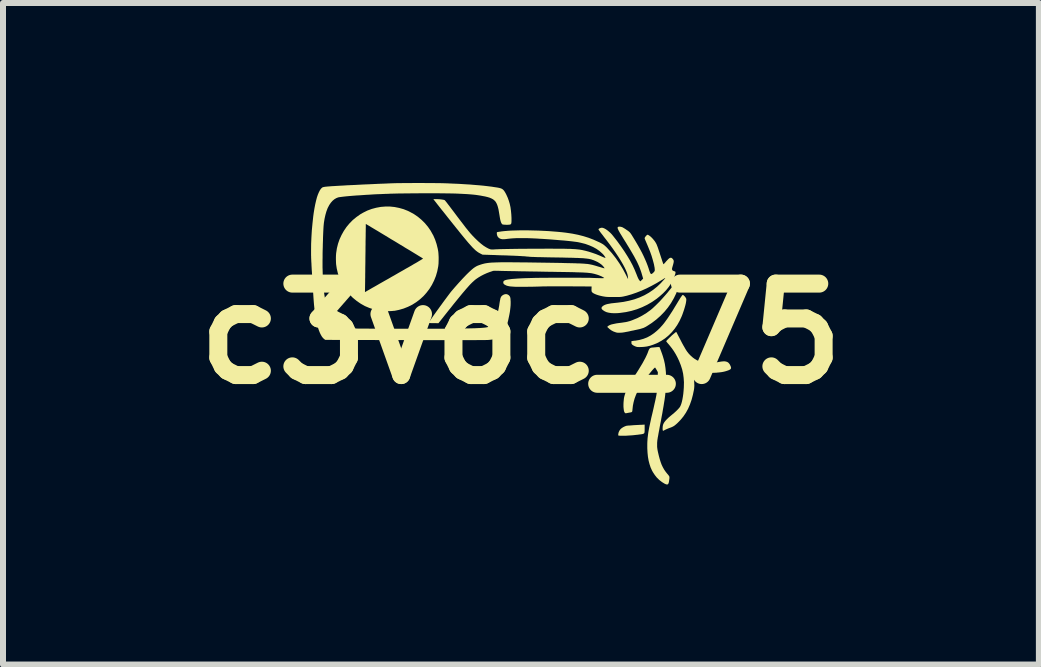
<source format=kicad_pcb>
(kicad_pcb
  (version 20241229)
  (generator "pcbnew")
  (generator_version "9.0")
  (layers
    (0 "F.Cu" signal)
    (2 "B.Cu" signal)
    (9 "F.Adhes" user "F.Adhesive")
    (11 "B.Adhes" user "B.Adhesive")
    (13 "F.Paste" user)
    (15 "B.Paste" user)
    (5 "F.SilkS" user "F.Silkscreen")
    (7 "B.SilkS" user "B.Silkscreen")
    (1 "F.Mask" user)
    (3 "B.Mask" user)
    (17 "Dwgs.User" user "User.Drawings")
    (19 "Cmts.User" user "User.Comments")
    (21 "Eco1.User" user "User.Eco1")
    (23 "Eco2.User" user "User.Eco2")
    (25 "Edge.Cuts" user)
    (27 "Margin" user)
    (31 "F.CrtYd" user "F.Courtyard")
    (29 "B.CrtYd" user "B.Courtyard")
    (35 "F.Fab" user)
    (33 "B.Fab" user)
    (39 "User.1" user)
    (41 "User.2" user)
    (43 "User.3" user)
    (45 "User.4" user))
  (footprint "c3voc_75"
    (layer "F.Cu")
    (at 5.632 2.511)
    (property "Reference" "c3voc_75" (at 0 0 0) (layer "F.SilkS") (effects (font (size 1.524 1.524) (thickness 0.3))))
    (attr board_only exclude_from_pos_files exclude_from_bom)
    (fp_poly (pts (xy 2.061 1.582) (xy 2.061 1.608) (xy 2.06 1.628) (xy 2.059 1.643) (xy 2.056 1.653) (xy 2.052 1.66) (xy 2.046 1.665) (xy 2.038 1.668) (xy 2.03 1.671) (xy 2.017 1.674) (xy 1.997 1.677) (xy 1.972 1.68) (xy 1.944 1.684) (xy 1.912 1.687) (xy 1.879 1.691) (xy 1.846 1.694) (xy 1.813 1.696) (xy 1.781 1.698) (xy 1.753 1.7) (xy 1.729 1.701) (xy 1.729 1.701) (xy 1.705 1.701) (xy 1.682 1.701) (xy 1.663 1.701) (xy 1.647 1.7) (xy 1.638 1.699) (xy 1.628 1.698) (xy 1.623 1.696) (xy 1.62 1.691) (xy 1.621 1.682) (xy 1.622 1.669) (xy 1.628 1.643) (xy 1.64 1.617) (xy 1.657 1.593) (xy 1.664 1.586) (xy 1.681 1.572) (xy 1.703 1.558) (xy 1.727 1.546) (xy 1.75 1.537) (xy 1.762 1.534) (xy 1.772 1.533) (xy 1.789 1.531) (xy 1.812 1.53) (xy 1.84 1.528) (xy 1.872 1.525) (xy 1.907 1.523) (xy 1.945 1.521) (xy 1.985 1.519) (xy 2.012 1.518) (xy 2.061 1.515)) (stroke (width 0) (type solid)) (fill yes) (layer "F.SilkS"))
    (fp_poly (pts (xy 2.705 -0.643) (xy 2.714 -0.636) (xy 2.725 -0.626) (xy 2.735 -0.614) (xy 2.744 -0.602) (xy 2.748 -0.595) (xy 2.753 -0.585) (xy 2.755 -0.575) (xy 2.755 -0.564) (xy 2.754 -0.549) (xy 2.751 -0.528) (xy 2.746 -0.5) (xy 2.738 -0.468) (xy 2.728 -0.433) (xy 2.717 -0.397) (xy 2.704 -0.359) (xy 2.691 -0.322) (xy 2.678 -0.289) (xy 2.644 -0.215) (xy 2.605 -0.146) (xy 2.561 -0.082) (xy 2.512 -0.023) (xy 2.459 0.03) (xy 2.401 0.078) (xy 2.339 0.119) (xy 2.272 0.155) (xy 2.257 0.162) (xy 2.204 0.183) (xy 2.15 0.201) (xy 2.099 0.213) (xy 2.077 0.216) (xy 2.052 0.219) (xy 2.026 0.221) (xy 1.998 0.222) (xy 1.973 0.223) (xy 1.951 0.222) (xy 1.934 0.221) (xy 1.932 0.22) (xy 1.917 0.216) (xy 1.899 0.209) (xy 1.881 0.2) (xy 1.865 0.191) (xy 1.853 0.181) (xy 1.85 0.178) (xy 1.844 0.17) (xy 1.841 0.161) (xy 1.841 0.147) (xy 1.841 0.146) (xy 1.841 0.124) (xy 1.857 0.122) (xy 1.867 0.12) (xy 1.883 0.118) (xy 1.901 0.116) (xy 1.908 0.116) (xy 1.975 0.104) (xy 2.04 0.086) (xy 2.102 0.062) (xy 2.161 0.03) (xy 2.218 -0.009) (xy 2.273 -0.055) (xy 2.288 -0.069) (xy 2.314 -0.094) (xy 2.338 -0.121) (xy 2.363 -0.149) (xy 2.388 -0.18) (xy 2.413 -0.214) (xy 2.44 -0.251) (xy 2.468 -0.293) (xy 2.498 -0.339) (xy 2.531 -0.39) (xy 2.566 -0.448) (xy 2.582 -0.474) (xy 2.605 -0.512) (xy 2.624 -0.544) (xy 2.641 -0.571) (xy 2.654 -0.593) (xy 2.666 -0.61) (xy 2.675 -0.623) (xy 2.682 -0.633) (xy 2.688 -0.64) (xy 2.692 -0.644) (xy 2.696 -0.646) (xy 2.698 -0.646)) (stroke (width 0) (type solid)) (fill yes) (layer "F.SilkS"))
    (fp_poly (pts (xy 2.614 -0.881) (xy 2.622 -0.88) (xy 2.649 -0.879) (xy 2.65 -0.866) (xy 2.649 -0.857) (xy 2.646 -0.842) (xy 2.641 -0.823) (xy 2.634 -0.8) (xy 2.626 -0.775) (xy 2.616 -0.749) (xy 2.607 -0.722) (xy 2.597 -0.697) (xy 2.587 -0.673) (xy 2.587 -0.672) (xy 2.547 -0.59) (xy 2.501 -0.511) (xy 2.449 -0.436) (xy 2.39 -0.365) (xy 2.326 -0.299) (xy 2.256 -0.237) (xy 2.18 -0.179) (xy 2.114 -0.136) (xy 2.095 -0.124) (xy 2.078 -0.114) (xy 2.062 -0.106) (xy 2.046 -0.098) (xy 2.028 -0.092) (xy 2.009 -0.086) (xy 1.986 -0.079) (xy 1.96 -0.073) (xy 1.928 -0.066) (xy 1.89 -0.058) (xy 1.884 -0.056) (xy 1.842 -0.048) (xy 1.808 -0.04) (xy 1.779 -0.034) (xy 1.755 -0.03) (xy 1.735 -0.026) (xy 1.719 -0.023) (xy 1.705 -0.021) (xy 1.693 -0.019) (xy 1.682 -0.018) (xy 1.672 -0.017) (xy 1.661 -0.017) (xy 1.654 -0.016) (xy 1.633 -0.016) (xy 1.618 -0.016) (xy 1.605 -0.017) (xy 1.593 -0.019) (xy 1.58 -0.023) (xy 1.576 -0.024) (xy 1.538 -0.038) (xy 1.505 -0.056) (xy 1.474 -0.079) (xy 1.466 -0.087) (xy 1.437 -0.113) (xy 1.446 -0.122) (xy 1.461 -0.134) (xy 1.482 -0.145) (xy 1.511 -0.155) (xy 1.548 -0.163) (xy 1.591 -0.172) (xy 1.642 -0.179) (xy 1.645 -0.179) (xy 1.683 -0.184) (xy 1.715 -0.189) (xy 1.743 -0.193) (xy 1.768 -0.198) (xy 1.79 -0.204) (xy 1.813 -0.21) (xy 1.836 -0.218) (xy 1.855 -0.225) (xy 1.938 -0.259) (xy 2.018 -0.3) (xy 2.093 -0.346) (xy 2.164 -0.398) (xy 2.197 -0.426) (xy 2.233 -0.46) (xy 2.272 -0.498) (xy 2.313 -0.539) (xy 2.354 -0.584) (xy 2.395 -0.63) (xy 2.436 -0.677) (xy 2.474 -0.724) (xy 2.511 -0.77) (xy 2.544 -0.814) (xy 2.553 -0.827) (xy 2.567 -0.846) (xy 2.577 -0.861) (xy 2.585 -0.87) (xy 2.592 -0.876) (xy 2.598 -0.88) (xy 2.605 -0.881)) (stroke (width 0) (type solid)) (fill yes) (layer "F.SilkS"))
    (fp_poly (pts (xy 2.59 -0.026) (xy 2.595 -0.016) (xy 2.603 -0.002) (xy 2.612 0.016) (xy 2.623 0.037) (xy 2.635 0.06) (xy 2.66 0.108) (xy 2.683 0.153) (xy 2.705 0.193) (xy 2.726 0.229) (xy 2.743 0.259) (xy 2.759 0.284) (xy 2.77 0.3) (xy 2.797 0.334) (xy 2.829 0.367) (xy 2.863 0.397) (xy 2.897 0.422) (xy 2.932 0.442) (xy 2.932 0.442) (xy 2.945 0.448) (xy 2.963 0.455) (xy 2.985 0.463) (xy 3.007 0.471) (xy 3.021 0.475) (xy 3.082 0.495) (xy 3.133 0.494) (xy 3.151 0.494) (xy 3.168 0.493) (xy 3.183 0.492) (xy 3.2 0.489) (xy 3.22 0.486) (xy 3.245 0.481) (xy 3.259 0.478) (xy 3.303 0.47) (xy 3.34 0.464) (xy 3.371 0.461) (xy 3.398 0.461) (xy 3.42 0.465) (xy 3.439 0.472) (xy 3.455 0.482) (xy 3.468 0.496) (xy 3.481 0.514) (xy 3.489 0.531) (xy 3.498 0.552) (xy 3.501 0.568) (xy 3.499 0.581) (xy 3.491 0.592) (xy 3.477 0.601) (xy 3.455 0.611) (xy 3.452 0.612) (xy 3.416 0.624) (xy 3.382 0.633) (xy 3.346 0.64) (xy 3.307 0.645) (xy 3.263 0.649) (xy 3.26 0.65) (xy 3.206 0.652) (xy 3.151 0.65) (xy 3.094 0.645) (xy 3.033 0.636) (xy 2.976 0.625) (xy 2.949 0.62) (xy 2.928 0.616) (xy 2.913 0.613) (xy 2.902 0.613) (xy 2.894 0.614) (xy 2.89 0.616) (xy 2.887 0.62) (xy 2.886 0.623) (xy 2.885 0.63) (xy 2.884 0.643) (xy 2.883 0.662) (xy 2.883 0.686) (xy 2.884 0.713) (xy 2.884 0.743) (xy 2.885 0.774) (xy 2.887 0.807) (xy 2.888 0.838) (xy 2.889 0.861) (xy 2.888 0.885) (xy 2.886 0.91) (xy 2.882 0.938) (xy 2.875 0.971) (xy 2.867 1.009) (xy 2.865 1.019) (xy 2.843 1.102) (xy 2.816 1.179) (xy 2.785 1.251) (xy 2.748 1.318) (xy 2.706 1.38) (xy 2.658 1.438) (xy 2.605 1.492) (xy 2.586 1.509) (xy 2.568 1.524) (xy 2.552 1.536) (xy 2.535 1.546) (xy 2.517 1.555) (xy 2.495 1.564) (xy 2.477 1.57) (xy 2.457 1.578) (xy 2.433 1.588) (xy 2.411 1.598) (xy 2.403 1.602) (xy 2.367 1.62) (xy 2.363 1.61) (xy 2.361 1.6) (xy 2.36 1.584) (xy 2.361 1.566) (xy 2.362 1.547) (xy 2.365 1.529) (xy 2.369 1.515) (xy 2.369 1.514) (xy 2.378 1.494) (xy 2.391 1.472) (xy 2.409 1.45) (xy 2.432 1.425) (xy 2.46 1.398) (xy 2.494 1.369) (xy 2.518 1.349) (xy 2.553 1.32) (xy 2.585 1.291) (xy 2.612 1.264) (xy 2.634 1.24) (xy 2.649 1.221) (xy 2.66 1.199) (xy 2.671 1.171) (xy 2.681 1.137) (xy 2.69 1.097) (xy 2.698 1.052) (xy 2.705 1.003) (xy 2.71 0.95) (xy 2.714 0.893) (xy 2.714 0.889) (xy 2.716 0.811) (xy 2.711 0.737) (xy 2.702 0.666) (xy 2.686 0.595) (xy 2.663 0.524) (xy 2.635 0.453) (xy 2.606 0.392) (xy 2.578 0.34) (xy 2.548 0.291) (xy 2.516 0.245) (xy 2.479 0.198) (xy 2.457 0.172) (xy 2.445 0.158) (xy 2.434 0.145) (xy 2.426 0.135) (xy 2.422 0.129) (xy 2.422 0.129) (xy 2.422 0.126) (xy 2.423 0.122) (xy 2.427 0.116) (xy 2.433 0.108) (xy 2.444 0.097) (xy 2.459 0.082) (xy 2.473 0.068) (xy 2.495 0.048) (xy 2.515 0.028) (xy 2.535 0.011) (xy 2.553 -0.004) (xy 2.567 -0.016) (xy 2.579 -0.025) (xy 2.586 -0.029) (xy 2.587 -0.029)) (stroke (width 0) (type solid)) (fill yes) (layer "F.SilkS"))
    (fp_poly (pts (xy -2.183 -2.119) (xy -2.106 -2.111) (xy -2.031 -2.096) (xy -1.956 -2.075) (xy -1.883 -2.046) (xy -1.855 -2.032) (xy -1.785 -1.994) (xy -1.719 -1.949) (xy -1.658 -1.898) (xy -1.602 -1.843) (xy -1.551 -1.782) (xy -1.506 -1.717) (xy -1.467 -1.647) (xy -1.463 -1.641) (xy -1.431 -1.568) (xy -1.406 -1.493) (xy -1.387 -1.416) (xy -1.379 -1.372) (xy -1.376 -1.345) (xy -1.374 -1.312) (xy -1.372 -1.277) (xy -1.372 -1.239) (xy -1.373 -1.202) (xy -1.374 -1.168) (xy -1.377 -1.138) (xy -1.379 -1.122) (xy -1.395 -1.04) (xy -1.418 -0.961) (xy -1.448 -0.886) (xy -1.484 -0.814) (xy -1.526 -0.746) (xy -1.575 -0.682) (xy -1.625 -0.626) (xy -1.683 -0.573) (xy -1.746 -0.525) (xy -1.812 -0.483) (xy -1.883 -0.448) (xy -1.956 -0.419) (xy -2.032 -0.397) (xy -2.104 -0.382) (xy -2.12 -0.381) (xy -2.142 -0.379) (xy -2.167 -0.377) (xy -2.195 -0.376) (xy -2.223 -0.375) (xy -2.249 -0.375) (xy -2.272 -0.375) (xy -2.291 -0.375) (xy -2.296 -0.376) (xy -2.376 -0.387) (xy -2.454 -0.405) (xy -2.529 -0.43) (xy -2.602 -0.461) (xy -2.671 -0.5) (xy -2.737 -0.545) (xy -2.799 -0.596) (xy -2.813 -0.609) (xy -2.867 -0.665) (xy -2.889 -0.693) (xy -2.6 -0.693) (xy -2.587 -0.7) (xy -2.582 -0.703) (xy -2.572 -0.709) (xy -2.555 -0.719) (xy -2.533 -0.731) (xy -2.506 -0.747) (xy -2.475 -0.765) (xy -2.439 -0.785) (xy -2.399 -0.808) (xy -2.356 -0.833) (xy -2.31 -0.859) (xy -2.261 -0.887) (xy -2.209 -0.916) (xy -2.156 -0.947) (xy -2.101 -0.978) (xy -2.034 -1.017) (xy -1.972 -1.052) (xy -1.917 -1.084) (xy -1.867 -1.112) (xy -1.823 -1.137) (xy -1.785 -1.16) (xy -1.751 -1.179) (xy -1.722 -1.196) (xy -1.698 -1.211) (xy -1.677 -1.223) (xy -1.661 -1.233) (xy -1.649 -1.24) (xy -1.64 -1.246) (xy -1.635 -1.25) (xy -1.633 -1.252) (xy -1.633 -1.253) (xy -1.636 -1.255) (xy -1.646 -1.261) (xy -1.661 -1.271) (xy -1.681 -1.283) (xy -1.706 -1.298) (xy -1.735 -1.316) (xy -1.768 -1.336) (xy -1.804 -1.358) (xy -1.843 -1.382) (xy -1.885 -1.407) (xy -1.929 -1.433) (xy -1.974 -1.461) (xy -2.021 -1.489) (xy -2.068 -1.518) (xy -2.116 -1.547) (xy -2.164 -1.575) (xy -2.211 -1.604) (xy -2.257 -1.632) (xy -2.302 -1.659) (xy -2.345 -1.685) (xy -2.386 -1.71) (xy -2.425 -1.733) (xy -2.46 -1.754) (xy -2.492 -1.773) (xy -2.519 -1.79) (xy -2.543 -1.804) (xy -2.562 -1.815) (xy -2.575 -1.823) (xy -2.583 -1.828) (xy -2.585 -1.829) (xy -2.586 -1.825) (xy -2.586 -1.814) (xy -2.586 -1.797) (xy -2.586 -1.774) (xy -2.587 -1.745) (xy -2.587 -1.711) (xy -2.588 -1.673) (xy -2.588 -1.63) (xy -2.589 -1.584) (xy -2.59 -1.535) (xy -2.59 -1.484) (xy -2.591 -1.436) (xy -2.591 -1.378) (xy -2.592 -1.318) (xy -2.593 -1.259) (xy -2.593 -1.2) (xy -2.594 -1.143) (xy -2.595 -1.088) (xy -2.595 -1.036) (xy -2.596 -0.988) (xy -2.596 -0.945) (xy -2.597 -0.908) (xy -2.597 -0.876) (xy -2.597 -0.868) (xy -2.6 -0.693) (xy -2.889 -0.693) (xy -2.916 -0.726) (xy -2.959 -0.792) (xy -2.996 -0.861) (xy -3.028 -0.934) (xy -3.052 -1.009) (xy -3.07 -1.086) (xy -3.08 -1.151) (xy -3.082 -1.175) (xy -3.083 -1.205) (xy -3.084 -1.238) (xy -3.084 -1.271) (xy -3.083 -1.303) (xy -3.081 -1.331) (xy -3.08 -1.343) (xy -3.068 -1.422) (xy -3.049 -1.499) (xy -3.023 -1.574) (xy -2.99 -1.645) (xy -2.952 -1.713) (xy -2.908 -1.778) (xy -2.858 -1.838) (xy -2.803 -1.894) (xy -2.742 -1.944) (xy -2.677 -1.99) (xy -2.63 -2.017) (xy -2.56 -2.052) (xy -2.487 -2.079) (xy -2.412 -2.099) (xy -2.336 -2.113) (xy -2.26 -2.119)) (stroke (width 0) (type solid)) (fill yes) (layer "F.SilkS"))
    (fp_poly (pts (xy 2.305 0.223) (xy 2.308 0.223) (xy 2.31 0.228) (xy 2.315 0.239) (xy 2.321 0.254) (xy 2.328 0.273) (xy 2.336 0.294) (xy 2.344 0.316) (xy 2.352 0.338) (xy 2.359 0.359) (xy 2.365 0.377) (xy 2.366 0.381) (xy 2.384 0.442) (xy 2.398 0.505) (xy 2.408 0.572) (xy 2.415 0.642) (xy 2.418 0.717) (xy 2.419 0.798) (xy 2.418 0.816) (xy 2.417 0.85) (xy 2.416 0.883) (xy 2.414 0.917) (xy 2.411 0.951) (xy 2.407 0.987) (xy 2.403 1.025) (xy 2.398 1.065) (xy 2.392 1.108) (xy 2.384 1.155) (xy 2.376 1.206) (xy 2.366 1.262) (xy 2.356 1.323) (xy 2.343 1.39) (xy 2.33 1.463) (xy 2.322 1.503) (xy 2.312 1.555) (xy 2.304 1.601) (xy 2.296 1.641) (xy 2.29 1.675) (xy 2.285 1.704) (xy 2.28 1.728) (xy 2.277 1.749) (xy 2.274 1.767) (xy 2.272 1.782) (xy 2.271 1.795) (xy 2.27 1.807) (xy 2.269 1.818) (xy 2.269 1.829) (xy 2.269 1.84) (xy 2.269 1.848) (xy 2.269 1.869) (xy 2.269 1.887) (xy 2.271 1.903) (xy 2.273 1.92) (xy 2.276 1.939) (xy 2.281 1.964) (xy 2.282 1.969) (xy 2.297 2.033) (xy 2.312 2.089) (xy 2.328 2.14) (xy 2.345 2.186) (xy 2.365 2.227) (xy 2.387 2.266) (xy 2.412 2.302) (xy 2.44 2.337) (xy 2.444 2.341) (xy 2.457 2.357) (xy 2.466 2.369) (xy 2.472 2.379) (xy 2.474 2.39) (xy 2.474 2.403) (xy 2.473 2.421) (xy 2.472 2.423) (xy 2.468 2.454) (xy 2.464 2.478) (xy 2.458 2.495) (xy 2.451 2.507) (xy 2.442 2.512) (xy 2.43 2.513) (xy 2.415 2.509) (xy 2.396 2.501) (xy 2.391 2.498) (xy 2.347 2.471) (xy 2.305 2.438) (xy 2.265 2.399) (xy 2.23 2.355) (xy 2.199 2.308) (xy 2.183 2.279) (xy 2.16 2.228) (xy 2.142 2.173) (xy 2.127 2.115) (xy 2.116 2.052) (xy 2.109 1.984) (xy 2.105 1.91) (xy 2.105 1.867) (xy 2.105 1.834) (xy 2.106 1.803) (xy 2.108 1.772) (xy 2.11 1.741) (xy 2.114 1.709) (xy 2.118 1.675) (xy 2.123 1.64) (xy 2.13 1.601) (xy 2.138 1.559) (xy 2.148 1.513) (xy 2.159 1.462) (xy 2.171 1.405) (xy 2.186 1.343) (xy 2.198 1.292) (xy 2.211 1.235) (xy 2.222 1.185) (xy 2.232 1.141) (xy 2.241 1.101) (xy 2.248 1.065) (xy 2.255 1.032) (xy 2.26 1.002) (xy 2.264 0.972) (xy 2.267 0.943) (xy 2.27 0.914) (xy 2.272 0.883) (xy 2.274 0.851) (xy 2.276 0.815) (xy 2.277 0.776) (xy 2.278 0.758) (xy 2.281 0.641) (xy 2.261 0.605) (xy 2.252 0.59) (xy 2.244 0.577) (xy 2.239 0.569) (xy 2.236 0.565) (xy 2.233 0.565) (xy 2.228 0.568) (xy 2.222 0.573) (xy 2.213 0.582) (xy 2.2 0.596) (xy 2.184 0.614) (xy 2.164 0.638) (xy 2.161 0.642) (xy 2.105 0.711) (xy 2.055 0.778) (xy 2.011 0.842) (xy 1.973 0.904) (xy 1.941 0.964) (xy 1.915 1.023) (xy 1.893 1.082) (xy 1.877 1.141) (xy 1.865 1.2) (xy 1.859 1.254) (xy 1.857 1.273) (xy 1.856 1.287) (xy 1.853 1.297) (xy 1.849 1.303) (xy 1.841 1.308) (xy 1.83 1.311) (xy 1.813 1.314) (xy 1.791 1.318) (xy 1.744 1.327) (xy 1.733 1.319) (xy 1.726 1.312) (xy 1.721 1.301) (xy 1.716 1.286) (xy 1.713 1.265) (xy 1.71 1.24) (xy 1.708 1.214) (xy 1.708 1.184) (xy 1.709 1.15) (xy 1.712 1.116) (xy 1.715 1.083) (xy 1.72 1.055) (xy 1.721 1.051) (xy 1.729 1.021) (xy 1.74 0.987) (xy 1.755 0.95) (xy 1.775 0.909) (xy 1.798 0.864) (xy 1.826 0.814) (xy 1.859 0.759) (xy 1.896 0.7) (xy 1.919 0.665) (xy 1.959 0.602) (xy 1.994 0.544) (xy 2.026 0.491) (xy 2.052 0.443) (xy 2.075 0.4) (xy 2.094 0.36) (xy 2.11 0.324) (xy 2.119 0.299) (xy 2.128 0.275) (xy 2.136 0.259) (xy 2.145 0.247) (xy 2.155 0.239) (xy 2.166 0.235) (xy 2.175 0.233) (xy 2.189 0.231) (xy 2.206 0.23) (xy 2.225 0.228) (xy 2.246 0.226) (xy 2.265 0.224) (xy 2.283 0.223) (xy 2.296 0.223)) (stroke (width 0) (type solid)) (fill yes) (layer "F.SilkS"))
    (fp_poly (pts (xy -1.619 -2.511) (xy -1.56 -2.51) (xy -1.504 -2.51) (xy -1.449 -2.51) (xy -1.399 -2.509) (xy -1.352 -2.509) (xy -1.31 -2.508) (xy -1.274 -2.507) (xy -1.245 -2.506) (xy -1.238 -2.506) (xy -1.132 -2.501) (xy -1.033 -2.497) (xy -0.94 -2.491) (xy -0.853 -2.486) (xy -0.772 -2.479) (xy -0.695 -2.473) (xy -0.622 -2.466) (xy -0.554 -2.458) (xy -0.488 -2.45) (xy -0.457 -2.445) (xy -0.424 -2.44) (xy -0.396 -2.436) (xy -0.375 -2.432) (xy -0.357 -2.428) (xy -0.343 -2.424) (xy -0.331 -2.42) (xy -0.32 -2.415) (xy -0.316 -2.413) (xy -0.303 -2.404) (xy -0.291 -2.393) (xy -0.279 -2.378) (xy -0.266 -2.358) (xy -0.252 -2.333) (xy -0.242 -2.313) (xy -0.22 -2.264) (xy -0.202 -2.214) (xy -0.187 -2.163) (xy -0.175 -2.108) (xy -0.167 -2.05) (xy -0.161 -1.987) (xy -0.158 -1.929) (xy -0.158 -1.898) (xy -0.158 -1.874) (xy -0.159 -1.856) (xy -0.161 -1.842) (xy -0.164 -1.832) (xy -0.169 -1.826) (xy -0.175 -1.821) (xy -0.181 -1.819) (xy -0.191 -1.817) (xy -0.206 -1.816) (xy -0.225 -1.815) (xy -0.245 -1.815) (xy -0.265 -1.816) (xy -0.284 -1.817) (xy -0.298 -1.819) (xy -0.308 -1.821) (xy -0.309 -1.821) (xy -0.319 -1.831) (xy -0.329 -1.848) (xy -0.338 -1.872) (xy -0.346 -1.903) (xy -0.353 -1.942) (xy -0.358 -1.974) (xy -0.367 -2.027) (xy -0.375 -2.073) (xy -0.385 -2.113) (xy -0.396 -2.147) (xy -0.409 -2.176) (xy -0.424 -2.201) (xy -0.443 -2.221) (xy -0.465 -2.239) (xy -0.491 -2.253) (xy -0.521 -2.266) (xy -0.557 -2.277) (xy -0.598 -2.287) (xy -0.636 -2.294) (xy -0.672 -2.301) (xy -0.711 -2.307) (xy -0.752 -2.313) (xy -0.797 -2.318) (xy -0.844 -2.322) (xy -0.895 -2.326) (xy -0.95 -2.329) (xy -1.01 -2.332) (xy -1.074 -2.335) (xy -1.143 -2.337) (xy -1.217 -2.338) (xy -1.297 -2.339) (xy -1.383 -2.34) (xy -1.475 -2.34) (xy -1.575 -2.34) (xy -1.681 -2.34) (xy -1.684 -2.34) (xy -1.754 -2.339) (xy -1.817 -2.339) (xy -1.874 -2.338) (xy -1.927 -2.338) (xy -1.975 -2.337) (xy -2.019 -2.337) (xy -2.061 -2.336) (xy -2.101 -2.335) (xy -2.14 -2.334) (xy -2.179 -2.333) (xy -2.218 -2.331) (xy -2.259 -2.33) (xy -2.301 -2.328) (xy -2.347 -2.326) (xy -2.35 -2.326) (xy -2.407 -2.324) (xy -2.464 -2.321) (xy -2.522 -2.317) (xy -2.58 -2.314) (xy -2.637 -2.31) (xy -2.693 -2.306) (xy -2.747 -2.303) (xy -2.798 -2.299) (xy -2.847 -2.295) (xy -2.891 -2.291) (xy -2.932 -2.287) (xy -2.967 -2.283) (xy -2.998 -2.279) (xy -3.022 -2.276) (xy -3.039 -2.273) (xy -3.045 -2.272) (xy -3.078 -2.259) (xy -3.11 -2.24) (xy -3.141 -2.214) (xy -3.169 -2.182) (xy -3.195 -2.144) (xy -3.217 -2.102) (xy -3.222 -2.092) (xy -3.242 -2.039) (xy -3.259 -1.98) (xy -3.273 -1.917) (xy -3.284 -1.85) (xy -3.289 -1.8) (xy -3.291 -1.771) (xy -3.293 -1.736) (xy -3.295 -1.696) (xy -3.297 -1.65) (xy -3.299 -1.601) (xy -3.3 -1.549) (xy -3.302 -1.495) (xy -3.303 -1.439) (xy -3.305 -1.384) (xy -3.306 -1.329) (xy -3.306 -1.276) (xy -3.307 -1.225) (xy -3.307 -1.177) (xy -3.307 -1.134) (xy -3.307 -1.096) (xy -3.306 -1.079) (xy -3.304 -0.997) (xy -3.301 -0.921) (xy -3.297 -0.851) (xy -3.292 -0.786) (xy -3.286 -0.725) (xy -3.279 -0.666) (xy -3.27 -0.609) (xy -3.26 -0.554) (xy -3.248 -0.498) (xy -3.235 -0.443) (xy -3.221 -0.391) (xy -3.208 -0.346) (xy -3.195 -0.307) (xy -3.181 -0.274) (xy -3.168 -0.245) (xy -3.153 -0.22) (xy -3.137 -0.199) (xy -3.12 -0.181) (xy -3.107 -0.17) (xy -3.088 -0.156) (xy -3.064 -0.142) (xy -3.038 -0.128) (xy -3.011 -0.115) (xy -2.985 -0.106) (xy -2.969 -0.101) (xy -2.962 -0.099) (xy -2.955 -0.097) (xy -2.949 -0.096) (xy -2.941 -0.095) (xy -2.933 -0.093) (xy -2.924 -0.092) (xy -2.913 -0.091) (xy -2.901 -0.09) (xy -2.887 -0.089) (xy -2.871 -0.089) (xy -2.852 -0.088) (xy -2.83 -0.087) (xy -2.805 -0.087) (xy -2.777 -0.086) (xy -2.744 -0.086) (xy -2.708 -0.085) (xy -2.668 -0.085) (xy -2.622 -0.085) (xy -2.572 -0.085) (xy -2.516 -0.084) (xy -2.455 -0.084) (xy -2.388 -0.084) (xy -2.315 -0.084) (xy -2.235 -0.084) (xy -2.149 -0.083) (xy -2.055 -0.083) (xy -2.037 -0.083) (xy -1.91 -0.083) (xy -1.791 -0.083) (xy -1.679 -0.083) (xy -1.573 -0.083) (xy -1.474 -0.083) (xy -1.382 -0.083) (xy -1.296 -0.083) (xy -1.215 -0.084) (xy -1.141 -0.084) (xy -1.072 -0.085) (xy -1.008 -0.086) (xy -0.95 -0.087) (xy -0.896 -0.088) (xy -0.847 -0.089) (xy -0.802 -0.09) (xy -0.762 -0.091) (xy -0.726 -0.093) (xy -0.693 -0.094) (xy -0.664 -0.096) (xy -0.639 -0.098) (xy -0.616 -0.1) (xy -0.597 -0.102) (xy -0.58 -0.105) (xy -0.566 -0.107) (xy -0.554 -0.11) (xy -0.548 -0.112) (xy -0.521 -0.123) (xy -0.497 -0.139) (xy -0.474 -0.159) (xy -0.454 -0.185) (xy -0.435 -0.217) (xy -0.418 -0.254) (xy -0.402 -0.298) (xy -0.388 -0.348) (xy -0.375 -0.405) (xy -0.363 -0.468) (xy -0.359 -0.498) (xy -0.355 -0.523) (xy -0.351 -0.546) (xy -0.347 -0.566) (xy -0.344 -0.582) (xy -0.342 -0.592) (xy -0.341 -0.593) (xy -0.332 -0.615) (xy -0.316 -0.633) (xy -0.296 -0.647) (xy -0.271 -0.657) (xy -0.248 -0.66) (xy -0.226 -0.655) (xy -0.206 -0.644) (xy -0.203 -0.641) (xy -0.193 -0.631) (xy -0.185 -0.62) (xy -0.18 -0.608) (xy -0.176 -0.592) (xy -0.174 -0.571) (xy -0.173 -0.545) (xy -0.172 -0.539) (xy -0.172 -0.505) (xy -0.173 -0.472) (xy -0.176 -0.438) (xy -0.18 -0.402) (xy -0.185 -0.363) (xy -0.193 -0.32) (xy -0.203 -0.272) (xy -0.213 -0.224) (xy -0.223 -0.185) (xy -0.232 -0.146) (xy -0.242 -0.109) (xy -0.251 -0.075) (xy -0.26 -0.045) (xy -0.268 -0.02) (xy -0.273 -0.006) (xy -0.286 0.02) (xy -0.306 0.042) (xy -0.323 0.054) (xy -0.346 0.065) (xy -0.375 0.075) (xy -0.41 0.084) (xy -0.449 0.092) (xy -0.492 0.099) (xy -0.537 0.104) (xy -0.547 0.104) (xy -0.556 0.105) (xy -0.572 0.105) (xy -0.595 0.106) (xy -0.625 0.106) (xy -0.661 0.106) (xy -0.704 0.106) (xy -0.753 0.107) (xy -0.808 0.107) (xy -0.868 0.107) (xy -0.933 0.107) (xy -1.004 0.107) (xy -1.079 0.107) (xy -1.159 0.107) (xy -1.243 0.107) (xy -1.332 0.107) (xy -1.424 0.107) (xy -1.52 0.107) (xy -1.619 0.107) (xy -1.722 0.107) (xy -1.827 0.107) (xy -1.935 0.107) (xy -2.046 0.106) (xy -2.159 0.106) (xy -2.274 0.106) (xy -2.39 0.106) (xy -2.508 0.105) (xy -2.627 0.105) (xy -2.712 0.105) (xy -3.261 0.103) (xy -3.278 0.091) (xy -3.297 0.074) (xy -3.316 0.051) (xy -3.334 0.021) (xy -3.351 -0.014) (xy -3.367 -0.054) (xy -3.382 -0.098) (xy -3.395 -0.146) (xy -3.401 -0.172) (xy -3.412 -0.221) (xy -3.421 -0.271) (xy -3.429 -0.32) (xy -3.436 -0.371) (xy -3.443 -0.425) (xy -3.449 -0.483) (xy -3.454 -0.545) (xy -3.459 -0.614) (xy -3.461 -0.648) (xy -3.466 -0.727) (xy -3.47 -0.799) (xy -3.474 -0.864) (xy -3.478 -0.923) (xy -3.481 -0.976) (xy -3.484 -1.025) (xy -3.487 -1.068) (xy -3.489 -1.106) (xy -3.491 -1.141) (xy -3.492 -1.172) (xy -3.494 -1.199) (xy -3.495 -1.224) (xy -3.496 -1.247) (xy -3.497 -1.267) (xy -3.497 -1.286) (xy -3.498 -1.304) (xy -3.498 -1.321) (xy -3.498 -1.338) (xy -3.498 -1.355) (xy -3.498 -1.373) (xy -3.498 -1.389) (xy -3.497 -1.498) (xy -3.492 -1.612) (xy -3.485 -1.727) (xy -3.474 -1.842) (xy -3.462 -1.954) (xy -3.454 -2.013) (xy -3.442 -2.087) (xy -3.429 -2.155) (xy -3.415 -2.216) (xy -3.401 -2.27) (xy -3.385 -2.317) (xy -3.368 -2.357) (xy -3.351 -2.39) (xy -3.333 -2.416) (xy -3.325 -2.424) (xy -3.317 -2.431) (xy -3.31 -2.437) (xy -3.301 -2.441) (xy -3.289 -2.444) (xy -3.273 -2.447) (xy -3.252 -2.45) (xy -3.239 -2.451) (xy -3.219 -2.453) (xy -3.191 -2.455) (xy -3.157 -2.458) (xy -3.117 -2.46) (xy -3.07 -2.463) (xy -3.018 -2.466) (xy -2.961 -2.469) (xy -2.899 -2.473) (xy -2.833 -2.476) (xy -2.763 -2.479) (xy -2.689 -2.483) (xy -2.612 -2.487) (xy -2.532 -2.49) (xy -2.449 -2.494) (xy -2.364 -2.498) (xy -2.278 -2.501) (xy -2.19 -2.505) (xy -2.164 -2.506) (xy -2.136 -2.507) (xy -2.101 -2.508) (xy -2.061 -2.509) (xy -2.016 -2.509) (xy -1.966 -2.51) (xy -1.912 -2.51) (xy -1.856 -2.51) (xy -1.798 -2.511) (xy -1.739 -2.511) (xy -1.679 -2.511)) (stroke (width 0) (type solid)) (fill yes) (layer "F.SilkS"))
    (fp_poly (pts (xy -1.388 -2.242) (xy -1.365 -2.241) (xy -1.341 -2.239) (xy -1.319 -2.236) (xy -1.3 -2.233) (xy -1.284 -2.23) (xy -1.275 -2.227) (xy -1.273 -2.226) (xy -1.27 -2.224) (xy -1.267 -2.221) (xy -1.264 -2.217) (xy -1.259 -2.212) (xy -1.253 -2.204) (xy -1.245 -2.194) (xy -1.235 -2.182) (xy -1.223 -2.166) (xy -1.208 -2.146) (xy -1.19 -2.123) (xy -1.169 -2.095) (xy -1.144 -2.062) (xy -1.115 -2.024) (xy -1.098 -2.001) (xy -1.059 -1.949) (xy -1.024 -1.903) (xy -0.992 -1.861) (xy -0.964 -1.825) (xy -0.939 -1.792) (xy -0.917 -1.763) (xy -0.896 -1.738) (xy -0.878 -1.715) (xy -0.861 -1.695) (xy -0.846 -1.676) (xy -0.831 -1.66) (xy -0.817 -1.644) (xy -0.803 -1.629) (xy -0.788 -1.614) (xy -0.773 -1.598) (xy -0.762 -1.587) (xy -0.713 -1.54) (xy -0.667 -1.5) (xy -0.623 -1.466) (xy -0.582 -1.44) (xy -0.543 -1.419) (xy -0.515 -1.408) (xy -0.504 -1.405) (xy -0.494 -1.404) (xy -0.482 -1.403) (xy -0.465 -1.404) (xy -0.452 -1.404) (xy -0.425 -1.406) (xy -0.391 -1.407) (xy -0.35 -1.409) (xy -0.303 -1.41) (xy -0.251 -1.411) (xy -0.193 -1.412) (xy -0.131 -1.413) (xy -0.064 -1.414) (xy 0.007 -1.415) (xy 0.081 -1.415) (xy 0.158 -1.416) (xy 0.238 -1.416) (xy 0.32 -1.416) (xy 0.362 -1.416) (xy 0.435 -1.417) (xy 0.5 -1.417) (xy 0.559 -1.416) (xy 0.612 -1.416) (xy 0.66 -1.416) (xy 0.703 -1.416) (xy 0.741 -1.415) (xy 0.775 -1.414) (xy 0.805 -1.414) (xy 0.833 -1.413) (xy 0.858 -1.411) (xy 0.881 -1.41) (xy 0.903 -1.409) (xy 0.923 -1.407) (xy 0.943 -1.405) (xy 0.963 -1.403) (xy 0.973 -1.402) (xy 1.02 -1.394) (xy 1.073 -1.382) (xy 1.129 -1.367) (xy 1.188 -1.348) (xy 1.249 -1.327) (xy 1.31 -1.302) (xy 1.346 -1.286) (xy 1.365 -1.278) (xy 1.381 -1.271) (xy 1.394 -1.266) (xy 1.402 -1.263) (xy 1.404 -1.262) (xy 1.407 -1.264) (xy 1.406 -1.271) (xy 1.4 -1.282) (xy 1.391 -1.295) (xy 1.379 -1.311) (xy 1.365 -1.327) (xy 1.351 -1.34) (xy 1.307 -1.379) (xy 1.257 -1.414) (xy 1.201 -1.445) (xy 1.139 -1.472) (xy 1.073 -1.496) (xy 1.002 -1.514) (xy 0.952 -1.525) (xy 0.927 -1.529) (xy 0.895 -1.533) (xy 0.857 -1.538) (xy 0.813 -1.543) (xy 0.765 -1.548) (xy 0.713 -1.553) (xy 0.658 -1.557) (xy 0.601 -1.562) (xy 0.541 -1.567) (xy 0.481 -1.572) (xy 0.42 -1.576) (xy 0.36 -1.58) (xy 0.3 -1.583) (xy 0.278 -1.585) (xy 0.193 -1.589) (xy 0.115 -1.592) (xy 0.044 -1.593) (xy -0.022 -1.593) (xy -0.081 -1.592) (xy -0.136 -1.589) (xy -0.185 -1.585) (xy -0.23 -1.58) (xy -0.234 -1.579) (xy -0.272 -1.575) (xy -0.304 -1.574) (xy -0.331 -1.578) (xy -0.353 -1.586) (xy -0.371 -1.598) (xy -0.386 -1.615) (xy -0.391 -1.623) (xy -0.396 -1.635) (xy -0.4 -1.65) (xy -0.402 -1.665) (xy -0.403 -1.679) (xy -0.401 -1.689) (xy -0.4 -1.69) (xy -0.396 -1.693) (xy -0.384 -1.695) (xy -0.367 -1.698) (xy -0.346 -1.701) (xy -0.321 -1.705) (xy -0.294 -1.708) (xy -0.265 -1.711) (xy -0.235 -1.713) (xy -0.23 -1.714) (xy -0.168 -1.718) (xy -0.1 -1.72) (xy -0.027 -1.722) (xy 0.049 -1.723) (xy 0.128 -1.722) (xy 0.209 -1.72) (xy 0.291 -1.718) (xy 0.374 -1.714) (xy 0.455 -1.71) (xy 0.534 -1.704) (xy 0.61 -1.698) (xy 0.683 -1.691) (xy 0.75 -1.683) (xy 0.812 -1.674) (xy 0.857 -1.667) (xy 0.952 -1.648) (xy 1.042 -1.625) (xy 1.128 -1.598) (xy 1.211 -1.566) (xy 1.293 -1.529) (xy 1.294 -1.529) (xy 1.323 -1.515) (xy 1.347 -1.502) (xy 1.367 -1.49) (xy 1.385 -1.477) (xy 1.402 -1.462) (xy 1.421 -1.445) (xy 1.442 -1.423) (xy 1.443 -1.422) (xy 1.514 -1.343) (xy 1.581 -1.258) (xy 1.643 -1.168) (xy 1.7 -1.074) (xy 1.742 -0.995) (xy 1.785 -0.909) (xy 1.783 -0.941) (xy 1.779 -0.968) (xy 1.772 -0.998) (xy 1.76 -1.031) (xy 1.744 -1.068) (xy 1.73 -1.098) (xy 1.701 -1.153) (xy 1.666 -1.213) (xy 1.626 -1.277) (xy 1.58 -1.346) (xy 1.53 -1.418) (xy 1.474 -1.495) (xy 1.413 -1.575) (xy 1.412 -1.576) (xy 1.384 -1.612) (xy 1.361 -1.643) (xy 1.341 -1.668) (xy 1.325 -1.689) (xy 1.313 -1.706) (xy 1.303 -1.719) (xy 1.297 -1.728) (xy 1.293 -1.734) (xy 1.292 -1.737) (xy 1.292 -1.738) (xy 1.295 -1.745) (xy 1.304 -1.753) (xy 1.317 -1.759) (xy 1.332 -1.764) (xy 1.348 -1.766) (xy 1.349 -1.766) (xy 1.367 -1.763) (xy 1.388 -1.755) (xy 1.412 -1.742) (xy 1.437 -1.725) (xy 1.463 -1.704) (xy 1.489 -1.681) (xy 1.513 -1.656) (xy 1.532 -1.633) (xy 1.602 -1.544) (xy 1.665 -1.457) (xy 1.722 -1.374) (xy 1.773 -1.294) (xy 1.819 -1.217) (xy 1.859 -1.142) (xy 1.893 -1.069) (xy 1.922 -0.998) (xy 1.927 -0.986) (xy 1.941 -0.95) (xy 1.954 -0.921) (xy 1.966 -0.899) (xy 1.977 -0.885) (xy 1.979 -0.883) (xy 1.99 -0.872) (xy 2.036 -0.918) (xy 2.018 -0.979) (xy 2.008 -1.014) (xy 1.997 -1.047) (xy 1.985 -1.079) (xy 1.973 -1.111) (xy 1.959 -1.143) (xy 1.944 -1.176) (xy 1.927 -1.211) (xy 1.907 -1.248) (xy 1.886 -1.288) (xy 1.861 -1.331) (xy 1.833 -1.379) (xy 1.802 -1.431) (xy 1.767 -1.488) (xy 1.749 -1.518) (xy 1.725 -1.556) (xy 1.705 -1.588) (xy 1.688 -1.616) (xy 1.674 -1.639) (xy 1.663 -1.657) (xy 1.653 -1.673) (xy 1.646 -1.685) (xy 1.64 -1.696) (xy 1.635 -1.705) (xy 1.631 -1.712) (xy 1.627 -1.72) (xy 1.623 -1.727) (xy 1.623 -1.728) (xy 1.614 -1.748) (xy 1.61 -1.764) (xy 1.612 -1.774) (xy 1.62 -1.781) (xy 1.634 -1.784) (xy 1.654 -1.783) (xy 1.655 -1.783) (xy 1.666 -1.781) (xy 1.678 -1.778) (xy 1.69 -1.774) (xy 1.704 -1.766) (xy 1.721 -1.756) (xy 1.743 -1.742) (xy 1.76 -1.73) (xy 1.778 -1.718) (xy 1.792 -1.708) (xy 1.803 -1.698) (xy 1.814 -1.688) (xy 1.824 -1.676) (xy 1.834 -1.662) (xy 1.846 -1.644) (xy 1.86 -1.621) (xy 1.87 -1.605) (xy 1.913 -1.534) (xy 1.951 -1.469) (xy 1.985 -1.408) (xy 2.016 -1.35) (xy 2.043 -1.295) (xy 2.067 -1.242) (xy 2.089 -1.191) (xy 2.109 -1.14) (xy 2.127 -1.089) (xy 2.13 -1.078) (xy 2.139 -1.05) (xy 2.147 -1.028) (xy 2.154 -1.012) (xy 2.16 -1.002) (xy 2.166 -0.996) (xy 2.172 -0.994) (xy 2.177 -0.996) (xy 2.188 -1.002) (xy 2.201 -1.013) (xy 2.212 -1.024) (xy 2.222 -1.036) (xy 2.228 -1.046) (xy 2.228 -1.047) (xy 2.23 -1.059) (xy 2.229 -1.076) (xy 2.227 -1.099) (xy 2.222 -1.124) (xy 2.217 -1.152) (xy 2.21 -1.18) (xy 2.194 -1.239) (xy 2.176 -1.299) (xy 2.154 -1.361) (xy 2.128 -1.426) (xy 2.099 -1.496) (xy 2.093 -1.509) (xy 2.084 -1.531) (xy 2.075 -1.551) (xy 2.068 -1.569) (xy 2.063 -1.582) (xy 2.061 -1.59) (xy 2.061 -1.591) (xy 2.063 -1.6) (xy 2.07 -1.611) (xy 2.079 -1.624) (xy 2.089 -1.635) (xy 2.099 -1.644) (xy 2.1 -1.645) (xy 2.106 -1.648) (xy 2.112 -1.649) (xy 2.12 -1.646) (xy 2.125 -1.643) (xy 2.145 -1.63) (xy 2.166 -1.613) (xy 2.188 -1.591) (xy 2.209 -1.567) (xy 2.229 -1.542) (xy 2.245 -1.517) (xy 2.255 -1.499) (xy 2.261 -1.487) (xy 2.267 -1.471) (xy 2.275 -1.451) (xy 2.284 -1.426) (xy 2.294 -1.395) (xy 2.306 -1.359) (xy 2.32 -1.317) (xy 2.336 -1.268) (xy 2.347 -1.235) (xy 2.354 -1.212) (xy 2.361 -1.192) (xy 2.367 -1.176) (xy 2.371 -1.164) (xy 2.374 -1.158) (xy 2.375 -1.157) (xy 2.378 -1.16) (xy 2.386 -1.167) (xy 2.395 -1.177) (xy 2.4 -1.182) (xy 2.421 -1.207) (xy 2.439 -1.226) (xy 2.453 -1.241) (xy 2.465 -1.252) (xy 2.475 -1.259) (xy 2.483 -1.263) (xy 2.492 -1.265) (xy 2.498 -1.266) (xy 2.507 -1.264) (xy 2.516 -1.259) (xy 2.526 -1.249) (xy 2.535 -1.238) (xy 2.542 -1.227) (xy 2.545 -1.215) (xy 2.546 -1.201) (xy 2.543 -1.183) (xy 2.538 -1.161) (xy 2.53 -1.133) (xy 2.528 -1.126) (xy 2.521 -1.102) (xy 2.517 -1.083) (xy 2.518 -1.069) (xy 2.522 -1.059) (xy 2.531 -1.051) (xy 2.544 -1.045) (xy 2.552 -1.042) (xy 2.564 -1.038) (xy 2.571 -1.034) (xy 2.574 -1.03) (xy 2.575 -1.023) (xy 2.575 -1.022) (xy 2.575 -1.01) (xy 2.571 -0.993) (xy 2.564 -0.972) (xy 2.556 -0.948) (xy 2.546 -0.923) (xy 2.534 -0.898) (xy 2.53 -0.888) (xy 2.498 -0.831) (xy 2.461 -0.777) (xy 2.418 -0.724) (xy 2.368 -0.673) (xy 2.312 -0.623) (xy 2.26 -0.581) (xy 2.183 -0.528) (xy 2.102 -0.481) (xy 2.018 -0.441) (xy 1.931 -0.407) (xy 1.841 -0.38) (xy 1.749 -0.36) (xy 1.656 -0.347) (xy 1.617 -0.343) (xy 1.561 -0.341) (xy 1.511 -0.343) (xy 1.467 -0.349) (xy 1.429 -0.358) (xy 1.397 -0.372) (xy 1.369 -0.39) (xy 1.36 -0.397) (xy 1.35 -0.407) (xy 1.345 -0.414) (xy 1.343 -0.422) (xy 1.343 -0.428) (xy 1.344 -0.437) (xy 1.348 -0.445) (xy 1.357 -0.454) (xy 1.357 -0.454) (xy 1.37 -0.465) (xy 1.385 -0.474) (xy 1.402 -0.482) (xy 1.422 -0.489) (xy 1.445 -0.495) (xy 1.473 -0.5) (xy 1.505 -0.506) (xy 1.544 -0.51) (xy 1.589 -0.515) (xy 1.609 -0.517) (xy 1.708 -0.53) (xy 1.801 -0.549) (xy 1.891 -0.573) (xy 1.976 -0.604) (xy 2.056 -0.64) (xy 2.132 -0.683) (xy 2.203 -0.731) (xy 2.27 -0.785) (xy 2.323 -0.835) (xy 2.339 -0.852) (xy 2.354 -0.869) (xy 2.369 -0.885) (xy 2.383 -0.9) (xy 2.394 -0.913) (xy 2.401 -0.922) (xy 2.404 -0.928) (xy 2.404 -0.928) (xy 2.404 -0.929) (xy 2.401 -0.928) (xy 2.396 -0.925) (xy 2.386 -0.92) (xy 2.373 -0.911) (xy 2.354 -0.899) (xy 2.35 -0.897) (xy 2.264 -0.845) (xy 2.178 -0.798) (xy 2.093 -0.755) (xy 2.008 -0.717) (xy 1.924 -0.684) (xy 1.843 -0.656) (xy 1.764 -0.633) (xy 1.712 -0.621) (xy 1.697 -0.618) (xy 1.684 -0.616) (xy 1.672 -0.614) (xy 1.659 -0.613) (xy 1.646 -0.612) (xy 1.629 -0.611) (xy 1.609 -0.611) (xy 1.585 -0.611) (xy 1.554 -0.611) (xy 1.548 -0.611) (xy 1.512 -0.611) (xy 1.482 -0.611) (xy 1.458 -0.612) (xy 1.437 -0.613) (xy 1.42 -0.614) (xy 1.404 -0.616) (xy 1.391 -0.618) (xy 1.356 -0.624) (xy 1.321 -0.632) (xy 1.288 -0.641) (xy 1.258 -0.651) (xy 1.231 -0.662) (xy 1.209 -0.673) (xy 1.193 -0.684) (xy 1.188 -0.689) (xy 1.183 -0.695) (xy 1.179 -0.701) (xy 1.177 -0.709) (xy 1.176 -0.719) (xy 1.175 -0.734) (xy 1.176 -0.754) (xy 1.176 -0.758) (xy 1.177 -0.787) (xy 0.819 -0.789) (xy 0.765 -0.789) (xy 0.712 -0.789) (xy 0.66 -0.789) (xy 0.61 -0.789) (xy 0.562 -0.789) (xy 0.517 -0.789) (xy 0.476 -0.789) (xy 0.44 -0.789) (xy 0.409 -0.788) (xy 0.384 -0.788) (xy 0.366 -0.788) (xy 0.366 -0.788) (xy 0.341 -0.787) (xy 0.311 -0.786) (xy 0.276 -0.785) (xy 0.237 -0.784) (xy 0.196 -0.783) (xy 0.155 -0.783) (xy 0.114 -0.782) (xy 0.093 -0.782) (xy 0.036 -0.781) (xy -0.014 -0.781) (xy -0.058 -0.781) (xy -0.096 -0.782) (xy -0.129 -0.784) (xy -0.157 -0.786) (xy -0.182 -0.788) (xy -0.204 -0.792) (xy -0.222 -0.796) (xy -0.239 -0.801) (xy -0.254 -0.808) (xy -0.26 -0.811) (xy -0.279 -0.822) (xy -0.291 -0.835) (xy -0.295 -0.85) (xy -0.293 -0.868) (xy -0.291 -0.872) (xy -0.286 -0.879) (xy -0.276 -0.886) (xy -0.262 -0.892) (xy -0.242 -0.898) (xy -0.216 -0.903) (xy -0.186 -0.907) (xy -0.149 -0.912) (xy -0.106 -0.915) (xy -0.057 -0.919) (xy -0.002 -0.922) (xy 0.06 -0.925) (xy 0.129 -0.927) (xy 0.205 -0.929) (xy 0.235 -0.93) (xy 0.269 -0.93) (xy 0.309 -0.931) (xy 0.353 -0.931) (xy 0.401 -0.932) (xy 0.453 -0.932) (xy 0.507 -0.933) (xy 0.564 -0.933) (xy 0.622 -0.933) (xy 0.68 -0.933) (xy 0.739 -0.933) (xy 0.796 -0.933) (xy 0.853 -0.933) (xy 0.907 -0.933) (xy 0.959 -0.933) (xy 1.008 -0.932) (xy 1.052 -0.932) (xy 1.091 -0.932) (xy 1.125 -0.931) (xy 1.153 -0.931) (xy 1.174 -0.93) (xy 1.225 -0.928) (xy 1.269 -0.927) (xy 1.305 -0.926) (xy 1.335 -0.925) (xy 1.358 -0.925) (xy 1.374 -0.926) (xy 1.383 -0.927) (xy 1.386 -0.928) (xy 1.383 -0.932) (xy 1.374 -0.938) (xy 1.36 -0.946) (xy 1.343 -0.955) (xy 1.322 -0.964) (xy 1.3 -0.973) (xy 1.278 -0.981) (xy 1.255 -0.988) (xy 1.234 -0.994) (xy 1.232 -0.995) (xy 1.219 -0.998) (xy 1.206 -1.001) (xy 1.192 -1.004) (xy 1.178 -1.007) (xy 1.164 -1.009) (xy 1.147 -1.011) (xy 1.13 -1.013) (xy 1.11 -1.015) (xy 1.088 -1.017) (xy 1.063 -1.018) (xy 1.035 -1.02) (xy 1.003 -1.021) (xy 0.968 -1.022) (xy 0.928 -1.023) (xy 0.883 -1.025) (xy 0.834 -1.026) (xy 0.779 -1.027) (xy 0.718 -1.028) (xy 0.651 -1.029) (xy 0.578 -1.03) (xy 0.498 -1.032) (xy 0.454 -1.032) (xy 0.346 -1.034) (xy 0.246 -1.036) (xy 0.152 -1.037) (xy 0.064 -1.039) (xy -0.016 -1.04) (xy -0.09 -1.042) (xy -0.156 -1.043) (xy -0.216 -1.044) (xy -0.268 -1.045) (xy -0.313 -1.046) (xy -0.351 -1.047) (xy -0.374 -1.048) (xy -0.407 -1.048) (xy -0.433 -1.049) (xy -0.452 -1.048) (xy -0.464 -1.047) (xy -0.469 -1.046) (xy -0.475 -1.043) (xy -0.487 -1.039) (xy -0.502 -1.034) (xy -0.52 -1.028) (xy -0.523 -1.027) (xy -0.57 -1.009) (xy -0.619 -0.987) (xy -0.667 -0.962) (xy -0.712 -0.935) (xy -0.753 -0.907) (xy -0.761 -0.9) (xy -0.777 -0.887) (xy -0.792 -0.873) (xy -0.809 -0.858) (xy -0.827 -0.84) (xy -0.846 -0.821) (xy -0.867 -0.798) (xy -0.889 -0.773) (xy -0.914 -0.745) (xy -0.941 -0.713) (xy -0.971 -0.678) (xy -1.004 -0.638) (xy -1.04 -0.594) (xy -1.08 -0.545) (xy -1.124 -0.491) (xy -1.171 -0.431) (xy -1.211 -0.382) (xy -1.375 -0.175) (xy -1.448 -0.176) (xy -1.471 -0.176) (xy -1.492 -0.176) (xy -1.509 -0.177) (xy -1.522 -0.177) (xy -1.528 -0.178) (xy -1.528 -0.178) (xy -1.534 -0.182) (xy -1.535 -0.185) (xy -1.532 -0.19) (xy -1.526 -0.201) (xy -1.516 -0.216) (xy -1.503 -0.236) (xy -1.487 -0.259) (xy -1.468 -0.286) (xy -1.448 -0.315) (xy -1.425 -0.347) (xy -1.401 -0.381) (xy -1.376 -0.415) (xy -1.351 -0.45) (xy -1.325 -0.485) (xy -1.3 -0.52) (xy -1.275 -0.554) (xy -1.251 -0.586) (xy -1.229 -0.616) (xy -1.208 -0.644) (xy -1.19 -0.668) (xy -1.174 -0.689) (xy -1.162 -0.704) (xy -1.103 -0.773) (xy -1.04 -0.844) (xy -0.976 -0.914) (xy -0.912 -0.981) (xy -0.897 -0.996) (xy -0.865 -1.027) (xy -0.837 -1.053) (xy -0.812 -1.075) (xy -0.79 -1.093) (xy -0.768 -1.108) (xy -0.747 -1.121) (xy -0.725 -1.132) (xy -0.702 -1.141) (xy -0.676 -1.15) (xy -0.673 -1.151) (xy -0.648 -1.159) (xy -0.625 -1.165) (xy -0.601 -1.171) (xy -0.577 -1.175) (xy -0.551 -1.179) (xy -0.522 -1.182) (xy -0.49 -1.185) (xy -0.454 -1.186) (xy -0.412 -1.188) (xy -0.364 -1.189) (xy -0.338 -1.19) (xy -0.313 -1.19) (xy -0.282 -1.19) (xy -0.244 -1.19) (xy -0.2 -1.19) (xy -0.151 -1.19) (xy -0.098 -1.189) (xy -0.041 -1.189) (xy 0.019 -1.188) (xy 0.082 -1.188) (xy 0.148 -1.187) (xy 0.214 -1.186) (xy 0.282 -1.185) (xy 0.35 -1.184) (xy 0.418 -1.183) (xy 0.484 -1.182) (xy 0.55 -1.181) (xy 0.613 -1.18) (xy 0.674 -1.179) (xy 0.731 -1.177) (xy 0.785 -1.176) (xy 0.834 -1.175) (xy 0.879 -1.174) (xy 0.917 -1.173) (xy 0.93 -1.172) (xy 0.976 -1.171) (xy 1.016 -1.169) (xy 1.051 -1.167) (xy 1.082 -1.164) (xy 1.11 -1.162) (xy 1.136 -1.158) (xy 1.161 -1.153) (xy 1.186 -1.148) (xy 1.212 -1.141) (xy 1.241 -1.133) (xy 1.274 -1.123) (xy 1.283 -1.12) (xy 1.308 -1.113) (xy 1.331 -1.106) (xy 1.351 -1.1) (xy 1.367 -1.095) (xy 1.378 -1.092) (xy 1.381 -1.092) (xy 1.394 -1.089) (xy 1.387 -1.101) (xy 1.369 -1.125) (xy 1.345 -1.149) (xy 1.315 -1.171) (xy 1.28 -1.193) (xy 1.24 -1.212) (xy 1.204 -1.227) (xy 1.19 -1.231) (xy 1.177 -1.236) (xy 1.163 -1.24) (xy 1.148 -1.243) (xy 1.132 -1.247) (xy 1.114 -1.249) (xy 1.094 -1.252) (xy 1.072 -1.254) (xy 1.047 -1.257) (xy 1.019 -1.259) (xy 0.987 -1.26) (xy 0.951 -1.262) (xy 0.91 -1.263) (xy 0.864 -1.265) (xy 0.813 -1.266) (xy 0.757 -1.267) (xy 0.693 -1.269) (xy 0.624 -1.27) (xy 0.551 -1.271) (xy 0.491 -1.272) (xy 0.437 -1.273) (xy 0.391 -1.274) (xy 0.349 -1.275) (xy 0.313 -1.276) (xy 0.282 -1.276) (xy 0.255 -1.277) (xy 0.231 -1.278) (xy 0.21 -1.279) (xy 0.191 -1.279) (xy 0.174 -1.28) (xy 0.158 -1.281) (xy 0.143 -1.282) (xy 0.128 -1.284) (xy 0.112 -1.285) (xy 0.097 -1.286) (xy 0.079 -1.288) (xy 0.06 -1.29) (xy 0.04 -1.291) (xy 0.018 -1.292) (xy -0.005 -1.294) (xy -0.031 -1.295) (xy -0.059 -1.297) (xy -0.091 -1.298) (xy -0.127 -1.3) (xy -0.166 -1.301) (xy -0.211 -1.303) (xy -0.26 -1.305) (xy -0.315 -1.306) (xy -0.376 -1.308) (xy -0.443 -1.311) (xy -0.518 -1.313) (xy -0.542 -1.314) (xy -0.641 -1.317) (xy -0.678 -1.336) (xy -0.695 -1.345) (xy -0.712 -1.355) (xy -0.729 -1.367) (xy -0.746 -1.38) (xy -0.764 -1.395) (xy -0.782 -1.413) (xy -0.803 -1.433) (xy -0.825 -1.457) (xy -0.85 -1.485) (xy -0.878 -1.516) (xy -0.908 -1.552) (xy -0.942 -1.593) (xy -0.98 -1.639) (xy -1.01 -1.676) (xy -1.027 -1.697) (xy -1.048 -1.724) (xy -1.073 -1.754) (xy -1.1 -1.788) (xy -1.129 -1.824) (xy -1.16 -1.863) (xy -1.192 -1.903) (xy -1.224 -1.943) (xy -1.256 -1.984) (xy -1.287 -2.023) (xy -1.317 -2.06) (xy -1.345 -2.095) (xy -1.37 -2.127) (xy -1.392 -2.155) (xy -1.41 -2.178) (xy -1.416 -2.186) (xy -1.46 -2.242) (xy -1.429 -2.243) (xy -1.41 -2.243)) (stroke (width 0) (type solid)) (fill yes) (layer "F.SilkS")))
  (gr_rect
    (start -3 -3)
    (end 14.263 8.024)
    (stroke (width 0.1) (type default))
    (fill no)
    (layer "Edge.Cuts")))
</source>
